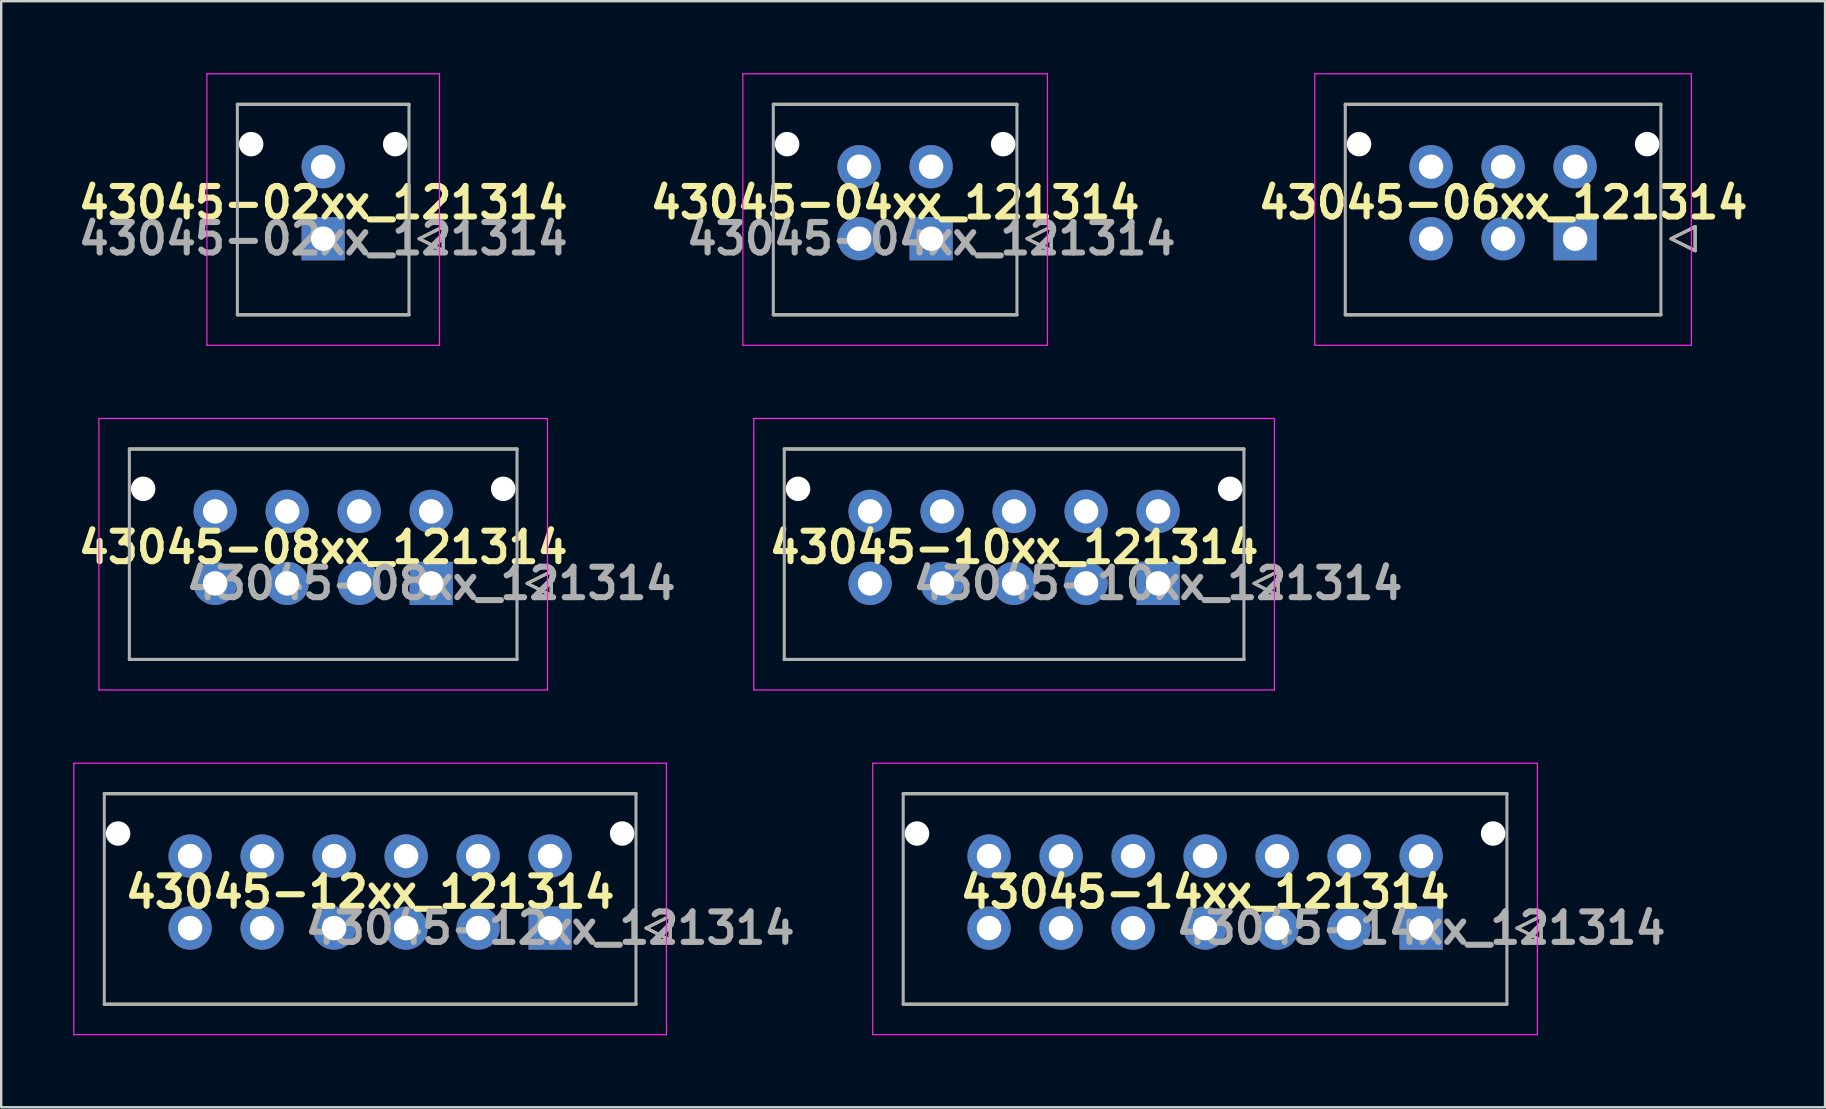
<source format=kicad_pcb>
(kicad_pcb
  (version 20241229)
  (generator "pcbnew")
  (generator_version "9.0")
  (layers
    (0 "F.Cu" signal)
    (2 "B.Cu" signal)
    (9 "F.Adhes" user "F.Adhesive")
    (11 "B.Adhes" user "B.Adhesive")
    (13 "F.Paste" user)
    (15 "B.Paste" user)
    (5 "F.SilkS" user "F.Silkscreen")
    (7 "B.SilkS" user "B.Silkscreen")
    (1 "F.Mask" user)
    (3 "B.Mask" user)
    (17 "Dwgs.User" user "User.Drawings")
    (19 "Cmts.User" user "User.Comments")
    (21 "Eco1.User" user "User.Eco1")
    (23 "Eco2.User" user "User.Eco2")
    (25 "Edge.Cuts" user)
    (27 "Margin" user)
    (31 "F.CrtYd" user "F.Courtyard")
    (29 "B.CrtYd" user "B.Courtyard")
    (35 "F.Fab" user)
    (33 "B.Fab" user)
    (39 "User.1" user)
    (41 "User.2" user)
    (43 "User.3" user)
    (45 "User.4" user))
  (footprint "43045-10xx_121314"
    (layer "F.Cu")
    (at 39.198 19.755)
    (property "Reference" "43045-10xx_121314" (at 0 0 0) (layer "F.SilkS") (effects (font (size 1.27 1.27) (thickness 0.254))))
    (attr through_hole)
    (fp_line (start -9.575 -4.1) (end 9.575 -4.1) (stroke (width 0.127) (type solid)) (layer "F.SilkS"))
    (fp_line (start 9.575 4.67) (end -9.575 4.67) (stroke (width 0.127) (type solid)) (layer "F.SilkS"))
    (fp_line (start 10 1.5) (end 11 1) (stroke (width 0.127) (type solid)) (layer "F.SilkS"))
    (fp_line (start 11 1) (end 11 2) (stroke (width 0.127) (type solid)) (layer "F.SilkS"))
    (fp_line (start 11 2) (end 10 1.5) (stroke (width 0.127) (type solid)) (layer "F.SilkS"))
    (fp_line (start -10.845 -5.37) (end 10.845 -5.37) (stroke (width 0.05) (type solid)) (layer "F.CrtYd"))
    (fp_line (start -10.845 5.94) (end -10.845 -5.37) (stroke (width 0.05) (type solid)) (layer "F.CrtYd"))
    (fp_line (start 10.845 -5.37) (end 10.845 5.94) (stroke (width 0.05) (type solid)) (layer "F.CrtYd"))
    (fp_line (start 10.845 5.94) (end -10.845 5.94) (stroke (width 0.05) (type solid)) (layer "F.CrtYd"))
    (fp_line (start -9.575 -4.1) (end 9.575 -4.1) (stroke (width 0.127) (type solid)) (layer "F.Fab"))
    (fp_line (start -9.575 4.67) (end -9.575 -4.1) (stroke (width 0.127) (type solid)) (layer "F.Fab"))
    (fp_line (start 9.575 -4.1) (end 9.575 4.67) (stroke (width 0.127) (type solid)) (layer "F.Fab"))
    (fp_line (start 9.575 4.67) (end -9.575 4.67) (stroke (width 0.127) (type solid)) (layer "F.Fab"))
    (fp_line (start 10 1.5) (end 11 1) (stroke (width 0.127) (type solid)) (layer "F.Fab"))
    (fp_line (start 11 1) (end 11 2) (stroke (width 0.127) (type solid)) (layer "F.Fab"))
    (fp_line (start 11 2) (end 10 1.5) (stroke (width 0.127) (type solid)) (layer "F.Fab"))
    (fp_text user "${REFERENCE}" (at 6 1.5 0) (layer "F.Fab") (effects (font (size 1.27 1.27) (thickness 0.254))))
    (pad "" np_thru_hole circle (at -9 -2.44) (size 1.02 1.02) (drill 1.02) (layers "*.Cu" "*.Mask"))
    (pad "" np_thru_hole circle (at 9 -2.44) (size 1.02 1.02) (drill 1.02) (layers "*.Cu" "*.Mask"))
    (pad "1" thru_hole rect (at 6 1.5) (size 1.8 1.8) (drill 1.02) (layers "*.Cu" "*.Mask"))
    (pad "2" thru_hole circle (at 3 1.5) (size 1.8 1.8) (drill 1.02) (layers "*.Cu" "*.Mask"))
    (pad "3" thru_hole circle (at 0 1.5) (size 1.8 1.8) (drill 1.02) (layers "*.Cu" "*.Mask"))
    (pad "4" thru_hole circle (at -3 1.5) (size 1.8 1.8) (drill 1.02) (layers "*.Cu" "*.Mask"))
    (pad "5" thru_hole circle (at -6 1.5) (size 1.8 1.8) (drill 1.02) (layers "*.Cu" "*.Mask"))
    (pad "6" thru_hole circle (at 6 -1.5) (size 1.8 1.8) (drill 1.02) (layers "*.Cu" "*.Mask"))
    (pad "7" thru_hole circle (at 3 -1.5) (size 1.8 1.8) (drill 1.02) (layers "*.Cu" "*.Mask"))
    (pad "8" thru_hole circle (at 0 -1.5) (size 1.8 1.8) (drill 1.02) (layers "*.Cu" "*.Mask"))
    (pad "9" thru_hole circle (at -3 -1.5) (size 1.8 1.8) (drill 1.02) (layers "*.Cu" "*.Mask"))
    (pad "10" thru_hole circle (at -6 -1.5) (size 1.8 1.8) (drill 1.02) (layers "*.Cu" "*.Mask")))
  (footprint "43045-12xx_121314"
    (layer "F.Cu")
    (at 12.37 34.115)
    (property "Reference" "43045-12xx_121314" (at 0 0 0) (layer "F.SilkS") (effects (font (size 1.27 1.27) (thickness 0.254))))
    (attr through_hole)
    (fp_line (start -11.075 -4.1) (end 11.075 -4.1) (stroke (width 0.127) (type solid)) (layer "F.SilkS"))
    (fp_line (start 11.075 4.67) (end -11.075 4.67) (stroke (width 0.127) (type solid)) (layer "F.SilkS"))
    (fp_line (start 11.5 1.5) (end 12.5 1) (stroke (width 0.127) (type solid)) (layer "F.SilkS"))
    (fp_line (start 12.5 1) (end 12.5 2) (stroke (width 0.127) (type solid)) (layer "F.SilkS"))
    (fp_line (start 12.5 2) (end 11.5 1.5) (stroke (width 0.127) (type solid)) (layer "F.SilkS"))
    (fp_line (start -12.345 -5.37) (end 12.345 -5.37) (stroke (width 0.05) (type solid)) (layer "F.CrtYd"))
    (fp_line (start -12.345 5.94) (end -12.345 -5.37) (stroke (width 0.05) (type solid)) (layer "F.CrtYd"))
    (fp_line (start 12.345 -5.37) (end 12.345 5.94) (stroke (width 0.05) (type solid)) (layer "F.CrtYd"))
    (fp_line (start 12.345 5.94) (end -12.345 5.94) (stroke (width 0.05) (type solid)) (layer "F.CrtYd"))
    (fp_line (start -11.075 -4.1) (end 11.075 -4.1) (stroke (width 0.127) (type solid)) (layer "F.Fab"))
    (fp_line (start -11.075 4.67) (end -11.075 -4.1) (stroke (width 0.127) (type solid)) (layer "F.Fab"))
    (fp_line (start 11.075 -4.1) (end 11.075 4.67) (stroke (width 0.127) (type solid)) (layer "F.Fab"))
    (fp_line (start 11.075 4.67) (end -11.075 4.67) (stroke (width 0.127) (type solid)) (layer "F.Fab"))
    (fp_line (start 11.5 1.5) (end 12.5 1) (stroke (width 0.127) (type solid)) (layer "F.Fab"))
    (fp_line (start 12.5 1) (end 12.5 2) (stroke (width 0.127) (type solid)) (layer "F.Fab"))
    (fp_line (start 12.5 2) (end 11.5 1.5) (stroke (width 0.127) (type solid)) (layer "F.Fab"))
    (fp_text user "${REFERENCE}" (at 7.5 1.5 0) (layer "F.Fab") (effects (font (size 1.27 1.27) (thickness 0.254))))
    (pad "" np_thru_hole circle (at -10.5 -2.44) (size 1.02 1.02) (drill 1.02) (layers "*.Cu" "*.Mask"))
    (pad "" np_thru_hole circle (at 10.5 -2.44) (size 1.02 1.02) (drill 1.02) (layers "*.Cu" "*.Mask"))
    (pad "1" thru_hole rect (at 7.5 1.5) (size 1.8 1.8) (drill 1.02) (layers "*.Cu" "*.Mask"))
    (pad "2" thru_hole circle (at 4.5 1.5) (size 1.8 1.8) (drill 1.02) (layers "*.Cu" "*.Mask"))
    (pad "3" thru_hole circle (at 1.5 1.5) (size 1.8 1.8) (drill 1.02) (layers "*.Cu" "*.Mask"))
    (pad "4" thru_hole circle (at -1.5 1.5) (size 1.8 1.8) (drill 1.02) (layers "*.Cu" "*.Mask"))
    (pad "5" thru_hole circle (at -4.5 1.5) (size 1.8 1.8) (drill 1.02) (layers "*.Cu" "*.Mask"))
    (pad "6" thru_hole circle (at -7.5 1.5) (size 1.8 1.8) (drill 1.02) (layers "*.Cu" "*.Mask"))
    (pad "7" thru_hole circle (at 7.5 -1.5) (size 1.8 1.8) (drill 1.02) (layers "*.Cu" "*.Mask"))
    (pad "8" thru_hole circle (at 4.5 -1.5) (size 1.8 1.8) (drill 1.02) (layers "*.Cu" "*.Mask"))
    (pad "9" thru_hole circle (at 1.5 -1.5) (size 1.8 1.8) (drill 1.02) (layers "*.Cu" "*.Mask"))
    (pad "10" thru_hole circle (at -1.5 -1.5) (size 1.8 1.8) (drill 1.02) (layers "*.Cu" "*.Mask"))
    (pad "11" thru_hole circle (at -4.5 -1.5) (size 1.8 1.8) (drill 1.02) (layers "*.Cu" "*.Mask"))
    (pad "12" thru_hole circle (at -7.5 -1.5) (size 1.8 1.8) (drill 1.02) (layers "*.Cu" "*.Mask")))
  (footprint "43045-14xx_121314"
    (layer "F.Cu")
    (at 47.154 34.115)
    (property "Reference" "43045-14xx_121314" (at 0 0 0) (layer "F.SilkS") (effects (font (size 1.27 1.27) (thickness 0.254))))
    (attr through_hole)
    (fp_line (start -12.575 -4.1) (end 12.575 -4.1) (stroke (width 0.127) (type solid)) (layer "F.SilkS"))
    (fp_line (start 12.575 4.67) (end -12.575 4.67) (stroke (width 0.127) (type solid)) (layer "F.SilkS"))
    (fp_line (start 13 1.5) (end 14 1) (stroke (width 0.127) (type solid)) (layer "F.SilkS"))
    (fp_line (start 14 1) (end 14 2) (stroke (width 0.127) (type solid)) (layer "F.SilkS"))
    (fp_line (start 14 2) (end 13 1.5) (stroke (width 0.127) (type solid)) (layer "F.SilkS"))
    (fp_line (start -13.845 -5.37) (end 13.845 -5.37) (stroke (width 0.05) (type solid)) (layer "F.CrtYd"))
    (fp_line (start -13.845 5.94) (end -13.845 -5.37) (stroke (width 0.05) (type solid)) (layer "F.CrtYd"))
    (fp_line (start 13.845 -5.37) (end 13.845 5.94) (stroke (width 0.05) (type solid)) (layer "F.CrtYd"))
    (fp_line (start 13.845 5.94) (end -13.845 5.94) (stroke (width 0.05) (type solid)) (layer "F.CrtYd"))
    (fp_line (start -12.575 -4.1) (end 12.575 -4.1) (stroke (width 0.127) (type solid)) (layer "F.Fab"))
    (fp_line (start -12.575 4.67) (end -12.575 -4.1) (stroke (width 0.127) (type solid)) (layer "F.Fab"))
    (fp_line (start 12.575 -4.1) (end 12.575 4.67) (stroke (width 0.127) (type solid)) (layer "F.Fab"))
    (fp_line (start 12.575 4.67) (end -12.575 4.67) (stroke (width 0.127) (type solid)) (layer "F.Fab"))
    (fp_line (start 13 1.5) (end 14 1) (stroke (width 0.127) (type solid)) (layer "F.Fab"))
    (fp_line (start 14 1) (end 14 2) (stroke (width 0.127) (type solid)) (layer "F.Fab"))
    (fp_line (start 14 2) (end 13 1.5) (stroke (width 0.127) (type solid)) (layer "F.Fab"))
    (fp_text user "${REFERENCE}" (at 9 1.5 0) (layer "F.Fab") (effects (font (size 1.27 1.27) (thickness 0.254))))
    (pad "" np_thru_hole circle (at -12 -2.44) (size 1.02 1.02) (drill 1.02) (layers "*.Cu" "*.Mask"))
    (pad "" np_thru_hole circle (at 12 -2.44) (size 1.02 1.02) (drill 1.02) (layers "*.Cu" "*.Mask"))
    (pad "1" thru_hole rect (at 9 1.5) (size 1.8 1.8) (drill 1.02) (layers "*.Cu" "*.Mask"))
    (pad "2" thru_hole circle (at 6 1.5) (size 1.8 1.8) (drill 1.02) (layers "*.Cu" "*.Mask"))
    (pad "3" thru_hole circle (at 3 1.5) (size 1.8 1.8) (drill 1.02) (layers "*.Cu" "*.Mask"))
    (pad "4" thru_hole circle (at 0 1.5) (size 1.8 1.8) (drill 1.02) (layers "*.Cu" "*.Mask"))
    (pad "5" thru_hole circle (at -3 1.5) (size 1.8 1.8) (drill 1.02) (layers "*.Cu" "*.Mask"))
    (pad "6" thru_hole circle (at -6 1.5) (size 1.8 1.8) (drill 1.02) (layers "*.Cu" "*.Mask"))
    (pad "7" thru_hole circle (at -9 1.5) (size 1.8 1.8) (drill 1.02) (layers "*.Cu" "*.Mask"))
    (pad "8" thru_hole circle (at 9 -1.5) (size 1.8 1.8) (drill 1.02) (layers "*.Cu" "*.Mask"))
    (pad "9" thru_hole circle (at 6 -1.5) (size 1.8 1.8) (drill 1.02) (layers "*.Cu" "*.Mask"))
    (pad "10" thru_hole circle (at 3 -1.5) (size 1.8 1.8) (drill 1.02) (layers "*.Cu" "*.Mask"))
    (pad "11" thru_hole circle (at 0 -1.5) (size 1.8 1.8) (drill 1.02) (layers "*.Cu" "*.Mask"))
    (pad "12" thru_hole circle (at -3 -1.5) (size 1.8 1.8) (drill 1.02) (layers "*.Cu" "*.Mask"))
    (pad "13" thru_hole circle (at -6 -1.5) (size 1.8 1.8) (drill 1.02) (layers "*.Cu" "*.Mask"))
    (pad "14" thru_hole circle (at -9 -1.5) (size 1.8 1.8) (drill 1.02) (layers "*.Cu" "*.Mask")))
  (footprint "43045-04xx_121314"
    (layer "F.Cu")
    (at 34.242 5.395)
    (property "Reference" "43045-04xx_121314" (at 0 0 0) (layer "F.SilkS") (effects (font (size 1.27 1.27) (thickness 0.254))))
    (attr through_hole)
    (fp_line (start -5.075 -4.1) (end 5.075 -4.1) (stroke (width 0.127) (type solid)) (layer "F.SilkS"))
    (fp_line (start 5.075 4.67) (end -5.075 4.67) (stroke (width 0.127) (type solid)) (layer "F.SilkS"))
    (fp_line (start 5.5 1.5) (end 6.5 1) (stroke (width 0.127) (type solid)) (layer "F.SilkS"))
    (fp_line (start 6.5 1) (end 6.5 2) (stroke (width 0.127) (type solid)) (layer "F.SilkS"))
    (fp_line (start 6.5 2) (end 5.5 1.5) (stroke (width 0.127) (type solid)) (layer "F.SilkS"))
    (fp_line (start -6.345 -5.37) (end 6.345 -5.37) (stroke (width 0.05) (type solid)) (layer "F.CrtYd"))
    (fp_line (start -6.345 5.94) (end -6.345 -5.37) (stroke (width 0.05) (type solid)) (layer "F.CrtYd"))
    (fp_line (start 6.345 -5.37) (end 6.345 5.94) (stroke (width 0.05) (type solid)) (layer "F.CrtYd"))
    (fp_line (start 6.345 5.94) (end -6.345 5.94) (stroke (width 0.05) (type solid)) (layer "F.CrtYd"))
    (fp_line (start -5.075 -4.1) (end 5.075 -4.1) (stroke (width 0.127) (type solid)) (layer "F.Fab"))
    (fp_line (start -5.075 4.67) (end -5.075 -4.1) (stroke (width 0.127) (type solid)) (layer "F.Fab"))
    (fp_line (start 5.075 -4.1) (end 5.075 4.67) (stroke (width 0.127) (type solid)) (layer "F.Fab"))
    (fp_line (start 5.075 4.67) (end -5.075 4.67) (stroke (width 0.127) (type solid)) (layer "F.Fab"))
    (fp_line (start 5.5 1.5) (end 6.5 1) (stroke (width 0.127) (type solid)) (layer "F.Fab"))
    (fp_line (start 6.5 1) (end 6.5 2) (stroke (width 0.127) (type solid)) (layer "F.Fab"))
    (fp_line (start 6.5 2) (end 5.5 1.5) (stroke (width 0.127) (type solid)) (layer "F.Fab"))
    (fp_text user "${REFERENCE}" (at 1.5 1.5 0) (layer "F.Fab") (effects (font (size 1.27 1.27) (thickness 0.254))))
    (pad "" np_thru_hole circle (at -4.5 -2.44) (size 1.02 1.02) (drill 1.02) (layers "*.Cu" "*.Mask"))
    (pad "" np_thru_hole circle (at 4.5 -2.44) (size 1.02 1.02) (drill 1.02) (layers "*.Cu" "*.Mask"))
    (pad "1" thru_hole rect (at 1.5 1.5) (size 1.8 1.8) (drill 1.02) (layers "*.Cu" "*.Mask"))
    (pad "2" thru_hole circle (at -1.5 1.5) (size 1.8 1.8) (drill 1.02) (layers "*.Cu" "*.Mask"))
    (pad "3" thru_hole circle (at 1.5 -1.5) (size 1.8 1.8) (drill 1.02) (layers "*.Cu" "*.Mask"))
    (pad "4" thru_hole circle (at -1.5 -1.5) (size 1.8 1.8) (drill 1.02) (layers "*.Cu" "*.Mask")))
  (footprint "43045-02xx_121314"
    (layer "F.Cu")
    (at 10.414 5.395)
    (property "Reference" "43045-02xx_121314" (at 0 0 0) (layer "F.SilkS") (effects (font (size 1.27 1.27) (thickness 0.254))))
    (attr through_hole)
    (fp_line (start -3.575 -4.1) (end 3.575 -4.1) (stroke (width 0.127) (type solid)) (layer "F.SilkS"))
    (fp_line (start 3.575 4.67) (end -3.575 4.67) (stroke (width 0.127) (type solid)) (layer "F.SilkS"))
    (fp_line (start 4 1.5) (end 5 1) (stroke (width 0.127) (type solid)) (layer "F.SilkS"))
    (fp_line (start 5 1) (end 5 2) (stroke (width 0.127) (type solid)) (layer "F.SilkS"))
    (fp_line (start 5 2) (end 4 1.5) (stroke (width 0.127) (type solid)) (layer "F.SilkS"))
    (fp_line (start -4.845 -5.37) (end 4.845 -5.37) (stroke (width 0.05) (type solid)) (layer "F.CrtYd"))
    (fp_line (start -4.845 5.94) (end -4.845 -5.37) (stroke (width 0.05) (type solid)) (layer "F.CrtYd"))
    (fp_line (start 4.845 -5.37) (end 4.845 5.94) (stroke (width 0.05) (type solid)) (layer "F.CrtYd"))
    (fp_line (start 4.845 5.94) (end -4.845 5.94) (stroke (width 0.05) (type solid)) (layer "F.CrtYd"))
    (fp_line (start -3.575 -4.1) (end 3.575 -4.1) (stroke (width 0.127) (type solid)) (layer "F.Fab"))
    (fp_line (start -3.575 4.67) (end -3.575 -4.1) (stroke (width 0.127) (type solid)) (layer "F.Fab"))
    (fp_line (start 3.575 -4.1) (end 3.575 4.67) (stroke (width 0.127) (type solid)) (layer "F.Fab"))
    (fp_line (start 3.575 4.67) (end -3.575 4.67) (stroke (width 0.127) (type solid)) (layer "F.Fab"))
    (fp_line (start 4 1.5) (end 5 1) (stroke (width 0.127) (type solid)) (layer "F.Fab"))
    (fp_line (start 5 1) (end 5 2) (stroke (width 0.127) (type solid)) (layer "F.Fab"))
    (fp_line (start 5 2) (end 4 1.5) (stroke (width 0.127) (type solid)) (layer "F.Fab"))
    (fp_text user "${REFERENCE}" (at 0 1.5 0) (layer "F.Fab") (effects (font (size 1.27 1.27) (thickness 0.254))))
    (pad "" np_thru_hole circle (at -3 -2.44) (size 1.02 1.02) (drill 1.02) (layers "*.Cu" "*.Mask"))
    (pad "" np_thru_hole circle (at 3 -2.44) (size 1.02 1.02) (drill 1.02) (layers "*.Cu" "*.Mask"))
    (pad "1" thru_hole rect (at 0 1.5) (size 1.8 1.8) (drill 1.02) (layers "*.Cu" "*.Mask"))
    (pad "2" thru_hole circle (at 0 -1.5) (size 1.8 1.8) (drill 1.02) (layers "*.Cu" "*.Mask")))
  (footprint "43045-06xx_121314"
    (layer "F.Cu")
    (at 59.57 5.395)
    (property "Reference" "43045-06xx_121314" (at 0 0 0) (layer "F.SilkS") (effects (font (size 1.27 1.27) (thickness 0.254))))
    (attr through_hole)
    (fp_line (start -6.575 -4.1) (end 6.575 -4.1) (stroke (width 0.127) (type solid)) (layer "F.SilkS"))
    (fp_line (start 6.575 4.67) (end -6.575 4.67) (stroke (width 0.127) (type solid)) (layer "F.SilkS"))
    (fp_line (start 7 1.5) (end 8 1) (stroke (width 0.127) (type solid)) (layer "F.SilkS"))
    (fp_line (start 8 1) (end 8 2) (stroke (width 0.127) (type solid)) (layer "F.SilkS"))
    (fp_line (start 8 2) (end 7 1.5) (stroke (width 0.127) (type solid)) (layer "F.SilkS"))
    (fp_line (start -7.845 -5.37) (end 7.845 -5.37) (stroke (width 0.05) (type solid)) (layer "F.CrtYd"))
    (fp_line (start -7.845 5.94) (end -7.845 -5.37) (stroke (width 0.05) (type solid)) (layer "F.CrtYd"))
    (fp_line (start 7.845 -5.37) (end 7.845 5.94) (stroke (width 0.05) (type solid)) (layer "F.CrtYd"))
    (fp_line (start 7.845 5.94) (end -7.845 5.94) (stroke (width 0.05) (type solid)) (layer "F.CrtYd"))
    (fp_line (start -6.575 -4.1) (end 6.575 -4.1) (stroke (width 0.127) (type solid)) (layer "F.Fab"))
    (fp_line (start -6.575 4.67) (end -6.575 -4.1) (stroke (width 0.127) (type solid)) (layer "F.Fab"))
    (fp_line (start 6.575 -4.1) (end 6.575 4.67) (stroke (width 0.127) (type solid)) (layer "F.Fab"))
    (fp_line (start 6.575 4.67) (end -6.575 4.67) (stroke (width 0.127) (type solid)) (layer "F.Fab"))
    (fp_line (start 7 1.5) (end 8 1) (stroke (width 0.127) (type solid)) (layer "F.Fab"))
    (fp_line (start 8 1) (end 8 2) (stroke (width 0.127) (type solid)) (layer "F.Fab"))
    (fp_line (start 8 2) (end 7 1.5) (stroke (width 0.127) (type solid)) (layer "F.Fab"))
    (pad "" np_thru_hole circle (at -6 -2.44) (size 1.02 1.02) (drill 1.02) (layers "*.Cu" "*.Mask"))
    (pad "" np_thru_hole circle (at 6 -2.44) (size 1.02 1.02) (drill 1.02) (layers "*.Cu" "*.Mask"))
    (pad "1" thru_hole rect (at 3 1.5) (size 1.8 1.8) (drill 1.02) (layers "*.Cu" "*.Mask"))
    (pad "2" thru_hole circle (at 0 1.5) (size 1.8 1.8) (drill 1.02) (layers "*.Cu" "*.Mask"))
    (pad "3" thru_hole circle (at -3 1.5) (size 1.8 1.8) (drill 1.02) (layers "*.Cu" "*.Mask"))
    (pad "4" thru_hole circle (at 3 -1.5) (size 1.8 1.8) (drill 1.02) (layers "*.Cu" "*.Mask"))
    (pad "5" thru_hole circle (at 0 -1.5) (size 1.8 1.8) (drill 1.02) (layers "*.Cu" "*.Mask"))
    (pad "6" thru_hole circle (at -3 -1.5) (size 1.8 1.8) (drill 1.02) (layers "*.Cu" "*.Mask")))
  (footprint "43045-08xx_121314"
    (layer "F.Cu")
    (at 10.414 19.755)
    (property "Reference" "43045-08xx_121314" (at 0 0 0) (layer "F.SilkS") (effects (font (size 1.27 1.27) (thickness 0.254))))
    (attr through_hole)
    (fp_line (start -8.075 -4.1) (end 8.075 -4.1) (stroke (width 0.127) (type solid)) (layer "F.SilkS"))
    (fp_line (start 8.075 4.67) (end -8.075 4.67) (stroke (width 0.127) (type solid)) (layer "F.SilkS"))
    (fp_line (start 8.5 1.5) (end 9.5 1) (stroke (width 0.127) (type solid)) (layer "F.SilkS"))
    (fp_line (start 9.5 1) (end 9.5 2) (stroke (width 0.127) (type solid)) (layer "F.SilkS"))
    (fp_line (start 9.5 2) (end 8.5 1.5) (stroke (width 0.127) (type solid)) (layer "F.SilkS"))
    (fp_line (start -9.345 -5.37) (end 9.345 -5.37) (stroke (width 0.05) (type solid)) (layer "F.CrtYd"))
    (fp_line (start -9.345 5.94) (end -9.345 -5.37) (stroke (width 0.05) (type solid)) (layer "F.CrtYd"))
    (fp_line (start 9.345 -5.37) (end 9.345 5.94) (stroke (width 0.05) (type solid)) (layer "F.CrtYd"))
    (fp_line (start 9.345 5.94) (end -9.345 5.94) (stroke (width 0.05) (type solid)) (layer "F.CrtYd"))
    (fp_line (start -8.075 -4.1) (end 8.075 -4.1) (stroke (width 0.127) (type solid)) (layer "F.Fab"))
    (fp_line (start -8.075 4.67) (end -8.075 -4.1) (stroke (width 0.127) (type solid)) (layer "F.Fab"))
    (fp_line (start 8.075 -4.1) (end 8.075 4.67) (stroke (width 0.127) (type solid)) (layer "F.Fab"))
    (fp_line (start 8.075 4.67) (end -8.075 4.67) (stroke (width 0.127) (type solid)) (layer "F.Fab"))
    (fp_line (start 8.5 1.5) (end 9.5 1) (stroke (width 0.127) (type solid)) (layer "F.Fab"))
    (fp_line (start 9.5 1) (end 9.5 2) (stroke (width 0.127) (type solid)) (layer "F.Fab"))
    (fp_line (start 9.5 2) (end 8.5 1.5) (stroke (width 0.127) (type solid)) (layer "F.Fab"))
    (fp_text user "${REFERENCE}" (at 4.5 1.5 0) (layer "F.Fab") (effects (font (size 1.27 1.27) (thickness 0.254))))
    (pad "" np_thru_hole circle (at -7.5 -2.44) (size 1.02 1.02) (drill 1.02) (layers "*.Cu" "*.Mask"))
    (pad "" np_thru_hole circle (at 7.5 -2.44) (size 1.02 1.02) (drill 1.02) (layers "*.Cu" "*.Mask"))
    (pad "1" thru_hole rect (at 4.5 1.5) (size 1.8 1.8) (drill 1.02) (layers "*.Cu" "*.Mask"))
    (pad "2" thru_hole circle (at 1.5 1.5) (size 1.8 1.8) (drill 1.02) (layers "*.Cu" "*.Mask"))
    (pad "3" thru_hole circle (at -1.5 1.5) (size 1.8 1.8) (drill 1.02) (layers "*.Cu" "*.Mask"))
    (pad "4" thru_hole circle (at -4.5 1.5) (size 1.8 1.8) (drill 1.02) (layers "*.Cu" "*.Mask"))
    (pad "5" thru_hole circle (at 4.5 -1.5) (size 1.8 1.8) (drill 1.02) (layers "*.Cu" "*.Mask"))
    (pad "6" thru_hole circle (at 1.5 -1.5) (size 1.8 1.8) (drill 1.02) (layers "*.Cu" "*.Mask"))
    (pad "7" thru_hole circle (at -1.5 -1.5) (size 1.8 1.8) (drill 1.02) (layers "*.Cu" "*.Mask"))
    (pad "8" thru_hole circle (at -4.5 -1.5) (size 1.8 1.8) (drill 1.02) (layers "*.Cu" "*.Mask")))
  (gr_rect
    (start -3 -3)
    (end 72.984 43.08)
    (stroke (width 0.1) (type default))
    (fill no)
    (layer "Edge.Cuts")))
</source>
